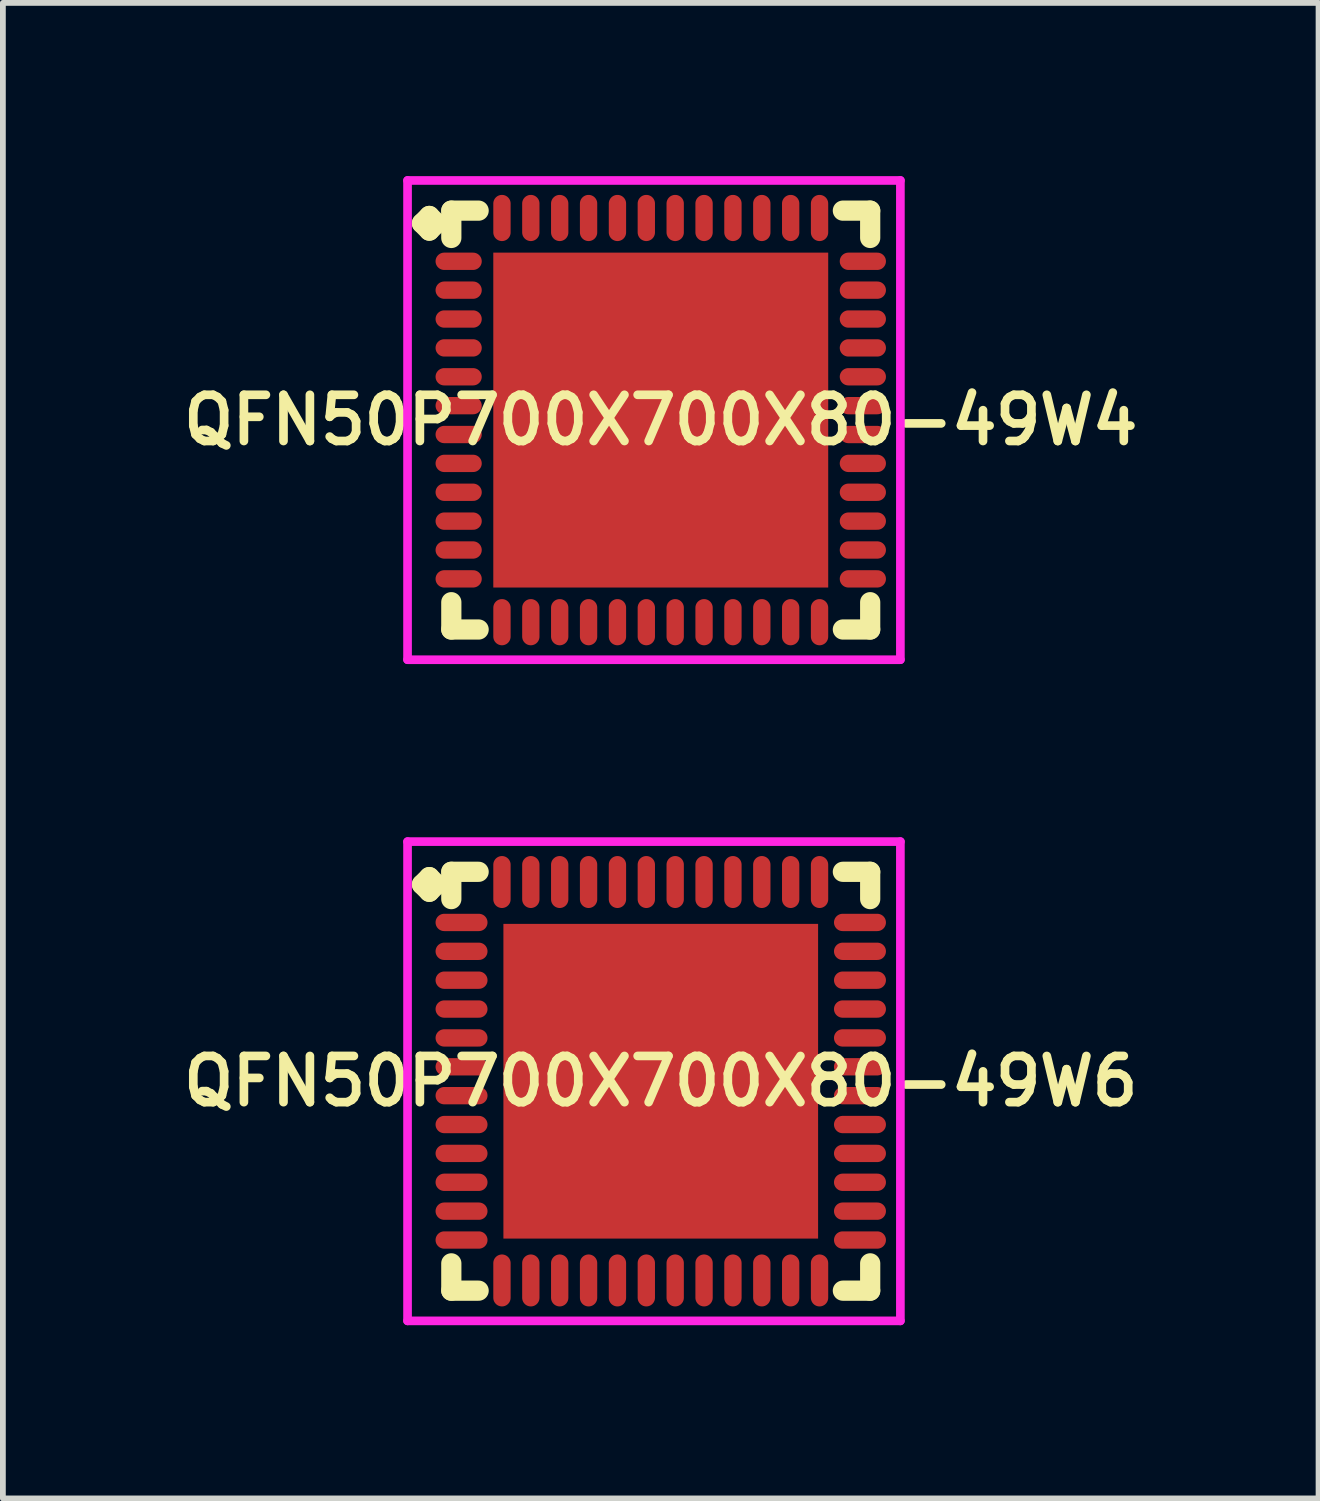
<source format=kicad_pcb>
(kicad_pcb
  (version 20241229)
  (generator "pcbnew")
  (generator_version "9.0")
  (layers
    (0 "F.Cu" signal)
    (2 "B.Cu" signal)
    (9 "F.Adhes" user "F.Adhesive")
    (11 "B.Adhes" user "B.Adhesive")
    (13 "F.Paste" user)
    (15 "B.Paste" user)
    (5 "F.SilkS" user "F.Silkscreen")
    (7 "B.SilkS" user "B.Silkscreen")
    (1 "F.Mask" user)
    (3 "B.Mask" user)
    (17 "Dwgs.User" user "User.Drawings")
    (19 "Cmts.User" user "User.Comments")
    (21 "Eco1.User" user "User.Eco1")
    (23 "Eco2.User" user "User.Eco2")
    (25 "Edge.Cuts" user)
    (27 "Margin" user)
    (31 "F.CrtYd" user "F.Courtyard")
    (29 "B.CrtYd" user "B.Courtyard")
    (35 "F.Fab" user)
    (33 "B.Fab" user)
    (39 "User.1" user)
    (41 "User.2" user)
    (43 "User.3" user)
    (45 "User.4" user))
  (footprint "QFN50P700X700X80-49W4"
    (layer "F.Cu")
    (at 8.393 4.225)
    (property "Reference" "QFN50P700X700X80-49W4" (at 0 0 0) (layer "F.SilkS") (effects (font (size 0.8 0.8) (thickness 0.15))))
    (attr smd)
    (fp_line (start -4.135 -3.408) (end -4.008 -3.535) (stroke (width 0.35) (type solid)) (layer "F.SilkS"))
    (fp_line (start -4.008 -3.535) (end -3.881 -3.408) (stroke (width 0.35) (type solid)) (layer "F.SilkS"))
    (fp_line (start -4.008 -3.281) (end -4.135 -3.408) (stroke (width 0.35) (type solid)) (layer "F.SilkS"))
    (fp_line (start -3.881 -3.408) (end -4.008 -3.281) (stroke (width 0.35) (type solid)) (layer "F.SilkS"))
    (fp_line (start -3.627 -3.627) (end -3.154 -3.627) (stroke (width 0.35) (type solid)) (layer "F.SilkS"))
    (fp_line (start -3.627 -3.154) (end -3.627 -3.627) (stroke (width 0.35) (type solid)) (layer "F.SilkS"))
    (fp_line (start -3.627 3.154) (end -3.627 3.627) (stroke (width 0.35) (type solid)) (layer "F.SilkS"))
    (fp_line (start -3.627 3.627) (end -3.154 3.627) (stroke (width 0.35) (type solid)) (layer "F.SilkS"))
    (fp_line (start 3.154 -3.627) (end 3.627 -3.627) (stroke (width 0.35) (type solid)) (layer "F.SilkS"))
    (fp_line (start 3.154 3.627) (end 3.627 3.627) (stroke (width 0.35) (type solid)) (layer "F.SilkS"))
    (fp_line (start 3.627 -3.627) (end 3.627 -3.154) (stroke (width 0.35) (type solid)) (layer "F.SilkS"))
    (fp_line (start 3.627 3.627) (end 3.627 3.154) (stroke (width 0.35) (type solid)) (layer "F.SilkS"))
    (fp_line (start -4.385 -4.15) (end 4.15 -4.15) (stroke (width 0.15) (type solid)) (layer "F.CrtYd"))
    (fp_line (start -4.385 4.15) (end -4.385 -4.15) (stroke (width 0.15) (type solid)) (layer "F.CrtYd"))
    (fp_line (start 4.15 -4.15) (end 4.15 4.15) (stroke (width 0.15) (type solid)) (layer "F.CrtYd"))
    (fp_line (start 4.15 4.15) (end -4.385 4.15) (stroke (width 0.15) (type solid)) (layer "F.CrtYd"))
    (pad "1" smd oval (at -3.5 -2.75) (size 0.8 0.3) (layers "F.Cu" "F.Mask" "F.Paste"))
    (pad "2" smd oval (at -3.5 -2.25) (size 0.8 0.3) (layers "F.Cu" "F.Mask" "F.Paste"))
    (pad "3" smd oval (at -3.5 -1.75) (size 0.8 0.3) (layers "F.Cu" "F.Mask" "F.Paste"))
    (pad "4" smd oval (at -3.5 -1.25) (size 0.8 0.3) (layers "F.Cu" "F.Mask" "F.Paste"))
    (pad "5" smd oval (at -3.5 -0.75) (size 0.8 0.3) (layers "F.Cu" "F.Mask" "F.Paste"))
    (pad "6" smd oval (at -3.5 -0.25) (size 0.8 0.3) (layers "F.Cu" "F.Mask" "F.Paste"))
    (pad "7" smd oval (at -3.5 0.25) (size 0.8 0.3) (layers "F.Cu" "F.Mask" "F.Paste"))
    (pad "8" smd oval (at -3.5 0.75) (size 0.8 0.3) (layers "F.Cu" "F.Mask" "F.Paste"))
    (pad "9" smd oval (at -3.5 1.25) (size 0.8 0.3) (layers "F.Cu" "F.Mask" "F.Paste"))
    (pad "10" smd oval (at -3.5 1.75) (size 0.8 0.3) (layers "F.Cu" "F.Mask" "F.Paste"))
    (pad "11" smd oval (at -3.5 2.25) (size 0.8 0.3) (layers "F.Cu" "F.Mask" "F.Paste"))
    (pad "12" smd oval (at -3.5 2.75) (size 0.8 0.3) (layers "F.Cu" "F.Mask" "F.Paste"))
    (pad "13" smd oval (at -2.75 3.5) (size 0.3 0.8) (layers "F.Cu" "F.Mask" "F.Paste"))
    (pad "14" smd oval (at -2.25 3.5) (size 0.3 0.8) (layers "F.Cu" "F.Mask" "F.Paste"))
    (pad "15" smd oval (at -1.75 3.5) (size 0.3 0.8) (layers "F.Cu" "F.Mask" "F.Paste"))
    (pad "16" smd oval (at -1.25 3.5) (size 0.3 0.8) (layers "F.Cu" "F.Mask" "F.Paste"))
    (pad "17" smd oval (at -0.75 3.5) (size 0.3 0.8) (layers "F.Cu" "F.Mask" "F.Paste"))
    (pad "18" smd oval (at -0.25 3.5) (size 0.3 0.8) (layers "F.Cu" "F.Mask" "F.Paste"))
    (pad "19" smd oval (at 0.25 3.5) (size 0.3 0.8) (layers "F.Cu" "F.Mask" "F.Paste"))
    (pad "20" smd oval (at 0.75 3.5) (size 0.3 0.8) (layers "F.Cu" "F.Mask" "F.Paste"))
    (pad "21" smd oval (at 1.25 3.5) (size 0.3 0.8) (layers "F.Cu" "F.Mask" "F.Paste"))
    (pad "22" smd oval (at 1.75 3.5) (size 0.3 0.8) (layers "F.Cu" "F.Mask" "F.Paste"))
    (pad "23" smd oval (at 2.25 3.5) (size 0.3 0.8) (layers "F.Cu" "F.Mask" "F.Paste"))
    (pad "24" smd oval (at 2.75 3.5) (size 0.3 0.8) (layers "F.Cu" "F.Mask" "F.Paste"))
    (pad "25" smd oval (at 3.5 2.75) (size 0.8 0.3) (layers "F.Cu" "F.Mask" "F.Paste"))
    (pad "26" smd oval (at 3.5 2.25) (size 0.8 0.3) (layers "F.Cu" "F.Mask" "F.Paste"))
    (pad "27" smd oval (at 3.5 1.75) (size 0.8 0.3) (layers "F.Cu" "F.Mask" "F.Paste"))
    (pad "28" smd oval (at 3.5 1.25) (size 0.8 0.3) (layers "F.Cu" "F.Mask" "F.Paste"))
    (pad "29" smd oval (at 3.5 0.75) (size 0.8 0.3) (layers "F.Cu" "F.Mask" "F.Paste"))
    (pad "30" smd oval (at 3.5 0.25) (size 0.8 0.3) (layers "F.Cu" "F.Mask" "F.Paste"))
    (pad "31" smd oval (at 3.5 -0.25) (size 0.8 0.3) (layers "F.Cu" "F.Mask" "F.Paste"))
    (pad "32" smd oval (at 3.5 -0.75) (size 0.8 0.3) (layers "F.Cu" "F.Mask" "F.Paste"))
    (pad "33" smd oval (at 3.5 -1.25) (size 0.8 0.3) (layers "F.Cu" "F.Mask" "F.Paste"))
    (pad "34" smd oval (at 3.5 -1.75) (size 0.8 0.3) (layers "F.Cu" "F.Mask" "F.Paste"))
    (pad "35" smd oval (at 3.5 -2.25) (size 0.8 0.3) (layers "F.Cu" "F.Mask" "F.Paste"))
    (pad "36" smd oval (at 3.5 -2.75) (size 0.8 0.3) (layers "F.Cu" "F.Mask" "F.Paste"))
    (pad "37" smd oval (at 2.75 -3.5) (size 0.3 0.8) (layers "F.Cu" "F.Mask" "F.Paste"))
    (pad "38" smd oval (at 2.25 -3.5) (size 0.3 0.8) (layers "F.Cu" "F.Mask" "F.Paste"))
    (pad "39" smd oval (at 1.75 -3.5) (size 0.3 0.8) (layers "F.Cu" "F.Mask" "F.Paste"))
    (pad "40" smd oval (at 1.25 -3.5) (size 0.3 0.8) (layers "F.Cu" "F.Mask" "F.Paste"))
    (pad "41" smd oval (at 0.75 -3.5) (size 0.3 0.8) (layers "F.Cu" "F.Mask" "F.Paste"))
    (pad "42" smd oval (at 0.25 -3.5) (size 0.3 0.8) (layers "F.Cu" "F.Mask" "F.Paste"))
    (pad "43" smd oval (at -0.25 -3.5) (size 0.3 0.8) (layers "F.Cu" "F.Mask" "F.Paste"))
    (pad "44" smd oval (at -0.75 -3.5) (size 0.3 0.8) (layers "F.Cu" "F.Mask" "F.Paste"))
    (pad "45" smd oval (at -1.25 -3.5) (size 0.3 0.8) (layers "F.Cu" "F.Mask" "F.Paste"))
    (pad "46" smd oval (at -1.75 -3.5) (size 0.3 0.8) (layers "F.Cu" "F.Mask" "F.Paste"))
    (pad "47" smd oval (at -2.25 -3.5) (size 0.3 0.8) (layers "F.Cu" "F.Mask" "F.Paste"))
    (pad "48" smd oval (at -2.75 -3.5) (size 0.3 0.8) (layers "F.Cu" "F.Mask" "F.Paste"))
    (pad "49" smd rect (at 0 0) (size 5.8 5.8) (layers "F.Cu" "F.Mask" "F.Paste")))
  (footprint "QFN50P700X700X80-49W6"
    (layer "F.Cu")
    (at 8.393 15.675)
    (property "Reference" "QFN50P700X700X80-49W6" (at 0 0 0) (layer "F.SilkS") (effects (font (size 0.8 0.8) (thickness 0.15))))
    (attr smd)
    (fp_line (start -4.135 -3.408) (end -4.008 -3.535) (stroke (width 0.35) (type solid)) (layer "F.SilkS"))
    (fp_line (start -4.008 -3.535) (end -3.881 -3.408) (stroke (width 0.35) (type solid)) (layer "F.SilkS"))
    (fp_line (start -4.008 -3.281) (end -4.135 -3.408) (stroke (width 0.35) (type solid)) (layer "F.SilkS"))
    (fp_line (start -3.881 -3.408) (end -4.008 -3.281) (stroke (width 0.35) (type solid)) (layer "F.SilkS"))
    (fp_line (start -3.627 -3.627) (end -3.154 -3.627) (stroke (width 0.35) (type solid)) (layer "F.SilkS"))
    (fp_line (start -3.627 -3.154) (end -3.627 -3.627) (stroke (width 0.35) (type solid)) (layer "F.SilkS"))
    (fp_line (start -3.627 3.154) (end -3.627 3.627) (stroke (width 0.35) (type solid)) (layer "F.SilkS"))
    (fp_line (start -3.627 3.627) (end -3.154 3.627) (stroke (width 0.35) (type solid)) (layer "F.SilkS"))
    (fp_line (start 3.154 -3.627) (end 3.627 -3.627) (stroke (width 0.35) (type solid)) (layer "F.SilkS"))
    (fp_line (start 3.154 3.627) (end 3.627 3.627) (stroke (width 0.35) (type solid)) (layer "F.SilkS"))
    (fp_line (start 3.627 -3.627) (end 3.627 -3.154) (stroke (width 0.35) (type solid)) (layer "F.SilkS"))
    (fp_line (start 3.627 3.627) (end 3.627 3.154) (stroke (width 0.35) (type solid)) (layer "F.SilkS"))
    (fp_line (start -4.385 -4.15) (end 4.15 -4.15) (stroke (width 0.15) (type solid)) (layer "F.CrtYd"))
    (fp_line (start -4.385 4.15) (end -4.385 -4.15) (stroke (width 0.15) (type solid)) (layer "F.CrtYd"))
    (fp_line (start 4.15 -4.15) (end 4.15 4.15) (stroke (width 0.15) (type solid)) (layer "F.CrtYd"))
    (fp_line (start 4.15 4.15) (end -4.385 4.15) (stroke (width 0.15) (type solid)) (layer "F.CrtYd"))
    (pad "1" smd oval (at -3.45 -2.75) (size 0.9 0.3) (layers "F.Cu" "F.Mask" "F.Paste"))
    (pad "2" smd oval (at -3.45 -2.25) (size 0.9 0.3) (layers "F.Cu" "F.Mask" "F.Paste"))
    (pad "3" smd oval (at -3.45 -1.75) (size 0.9 0.3) (layers "F.Cu" "F.Mask" "F.Paste"))
    (pad "4" smd oval (at -3.45 -1.25) (size 0.9 0.3) (layers "F.Cu" "F.Mask" "F.Paste"))
    (pad "5" smd oval (at -3.45 -0.75) (size 0.9 0.3) (layers "F.Cu" "F.Mask" "F.Paste"))
    (pad "6" smd oval (at -3.45 -0.25) (size 0.9 0.3) (layers "F.Cu" "F.Mask" "F.Paste"))
    (pad "7" smd oval (at -3.45 0.25) (size 0.9 0.3) (layers "F.Cu" "F.Mask" "F.Paste"))
    (pad "8" smd oval (at -3.45 0.75) (size 0.9 0.3) (layers "F.Cu" "F.Mask" "F.Paste"))
    (pad "9" smd oval (at -3.45 1.25) (size 0.9 0.3) (layers "F.Cu" "F.Mask" "F.Paste"))
    (pad "10" smd oval (at -3.45 1.75) (size 0.9 0.3) (layers "F.Cu" "F.Mask" "F.Paste"))
    (pad "11" smd oval (at -3.45 2.25) (size 0.9 0.3) (layers "F.Cu" "F.Mask" "F.Paste"))
    (pad "12" smd oval (at -3.45 2.75) (size 0.9 0.3) (layers "F.Cu" "F.Mask" "F.Paste"))
    (pad "13" smd oval (at -2.75 3.45) (size 0.3 0.9) (layers "F.Cu" "F.Mask" "F.Paste"))
    (pad "14" smd oval (at -2.25 3.45) (size 0.3 0.9) (layers "F.Cu" "F.Mask" "F.Paste"))
    (pad "15" smd oval (at -1.75 3.45) (size 0.3 0.9) (layers "F.Cu" "F.Mask" "F.Paste"))
    (pad "16" smd oval (at -1.25 3.45) (size 0.3 0.9) (layers "F.Cu" "F.Mask" "F.Paste"))
    (pad "17" smd oval (at -0.75 3.45) (size 0.3 0.9) (layers "F.Cu" "F.Mask" "F.Paste"))
    (pad "18" smd oval (at -0.25 3.45) (size 0.3 0.9) (layers "F.Cu" "F.Mask" "F.Paste"))
    (pad "19" smd oval (at 0.25 3.45) (size 0.3 0.9) (layers "F.Cu" "F.Mask" "F.Paste"))
    (pad "20" smd oval (at 0.75 3.45) (size 0.3 0.9) (layers "F.Cu" "F.Mask" "F.Paste"))
    (pad "21" smd oval (at 1.25 3.45) (size 0.3 0.9) (layers "F.Cu" "F.Mask" "F.Paste"))
    (pad "22" smd oval (at 1.75 3.45) (size 0.3 0.9) (layers "F.Cu" "F.Mask" "F.Paste"))
    (pad "23" smd oval (at 2.25 3.45) (size 0.3 0.9) (layers "F.Cu" "F.Mask" "F.Paste"))
    (pad "24" smd oval (at 2.75 3.45) (size 0.3 0.9) (layers "F.Cu" "F.Mask" "F.Paste"))
    (pad "25" smd oval (at 3.45 2.75) (size 0.9 0.3) (layers "F.Cu" "F.Mask" "F.Paste"))
    (pad "26" smd oval (at 3.45 2.25) (size 0.9 0.3) (layers "F.Cu" "F.Mask" "F.Paste"))
    (pad "27" smd oval (at 3.45 1.75) (size 0.9 0.3) (layers "F.Cu" "F.Mask" "F.Paste"))
    (pad "28" smd oval (at 3.45 1.25) (size 0.9 0.3) (layers "F.Cu" "F.Mask" "F.Paste"))
    (pad "29" smd oval (at 3.45 0.75) (size 0.9 0.3) (layers "F.Cu" "F.Mask" "F.Paste"))
    (pad "30" smd oval (at 3.45 0.25) (size 0.9 0.3) (layers "F.Cu" "F.Mask" "F.Paste"))
    (pad "31" smd oval (at 3.45 -0.25) (size 0.9 0.3) (layers "F.Cu" "F.Mask" "F.Paste"))
    (pad "32" smd oval (at 3.45 -0.75) (size 0.9 0.3) (layers "F.Cu" "F.Mask" "F.Paste"))
    (pad "33" smd oval (at 3.45 -1.25) (size 0.9 0.3) (layers "F.Cu" "F.Mask" "F.Paste"))
    (pad "34" smd oval (at 3.45 -1.75) (size 0.9 0.3) (layers "F.Cu" "F.Mask" "F.Paste"))
    (pad "35" smd oval (at 3.45 -2.25) (size 0.9 0.3) (layers "F.Cu" "F.Mask" "F.Paste"))
    (pad "36" smd oval (at 3.45 -2.75) (size 0.9 0.3) (layers "F.Cu" "F.Mask" "F.Paste"))
    (pad "37" smd oval (at 2.75 -3.45) (size 0.3 0.9) (layers "F.Cu" "F.Mask" "F.Paste"))
    (pad "38" smd oval (at 2.25 -3.45) (size 0.3 0.9) (layers "F.Cu" "F.Mask" "F.Paste"))
    (pad "39" smd oval (at 1.75 -3.45) (size 0.3 0.9) (layers "F.Cu" "F.Mask" "F.Paste"))
    (pad "40" smd oval (at 1.25 -3.45) (size 0.3 0.9) (layers "F.Cu" "F.Mask" "F.Paste"))
    (pad "41" smd oval (at 0.75 -3.45) (size 0.3 0.9) (layers "F.Cu" "F.Mask" "F.Paste"))
    (pad "42" smd oval (at 0.25 -3.45) (size 0.3 0.9) (layers "F.Cu" "F.Mask" "F.Paste"))
    (pad "43" smd oval (at -0.25 -3.45) (size 0.3 0.9) (layers "F.Cu" "F.Mask" "F.Paste"))
    (pad "44" smd oval (at -0.75 -3.45) (size 0.3 0.9) (layers "F.Cu" "F.Mask" "F.Paste"))
    (pad "45" smd oval (at -1.25 -3.45) (size 0.3 0.9) (layers "F.Cu" "F.Mask" "F.Paste"))
    (pad "46" smd oval (at -1.75 -3.45) (size 0.3 0.9) (layers "F.Cu" "F.Mask" "F.Paste"))
    (pad "47" smd oval (at -2.25 -3.45) (size 0.3 0.9) (layers "F.Cu" "F.Mask" "F.Paste"))
    (pad "48" smd oval (at -2.75 -3.45) (size 0.3 0.9) (layers "F.Cu" "F.Mask" "F.Paste"))
    (pad "49" smd rect (at 0 0) (size 5.45 5.45) (layers "F.Cu" "F.Mask" "F.Paste")))
  (gr_rect
    (start -3 -3)
    (end 19.785 22.9)
    (stroke (width 0.1) (type default))
    (fill no)
    (layer "Edge.Cuts")))
</source>
